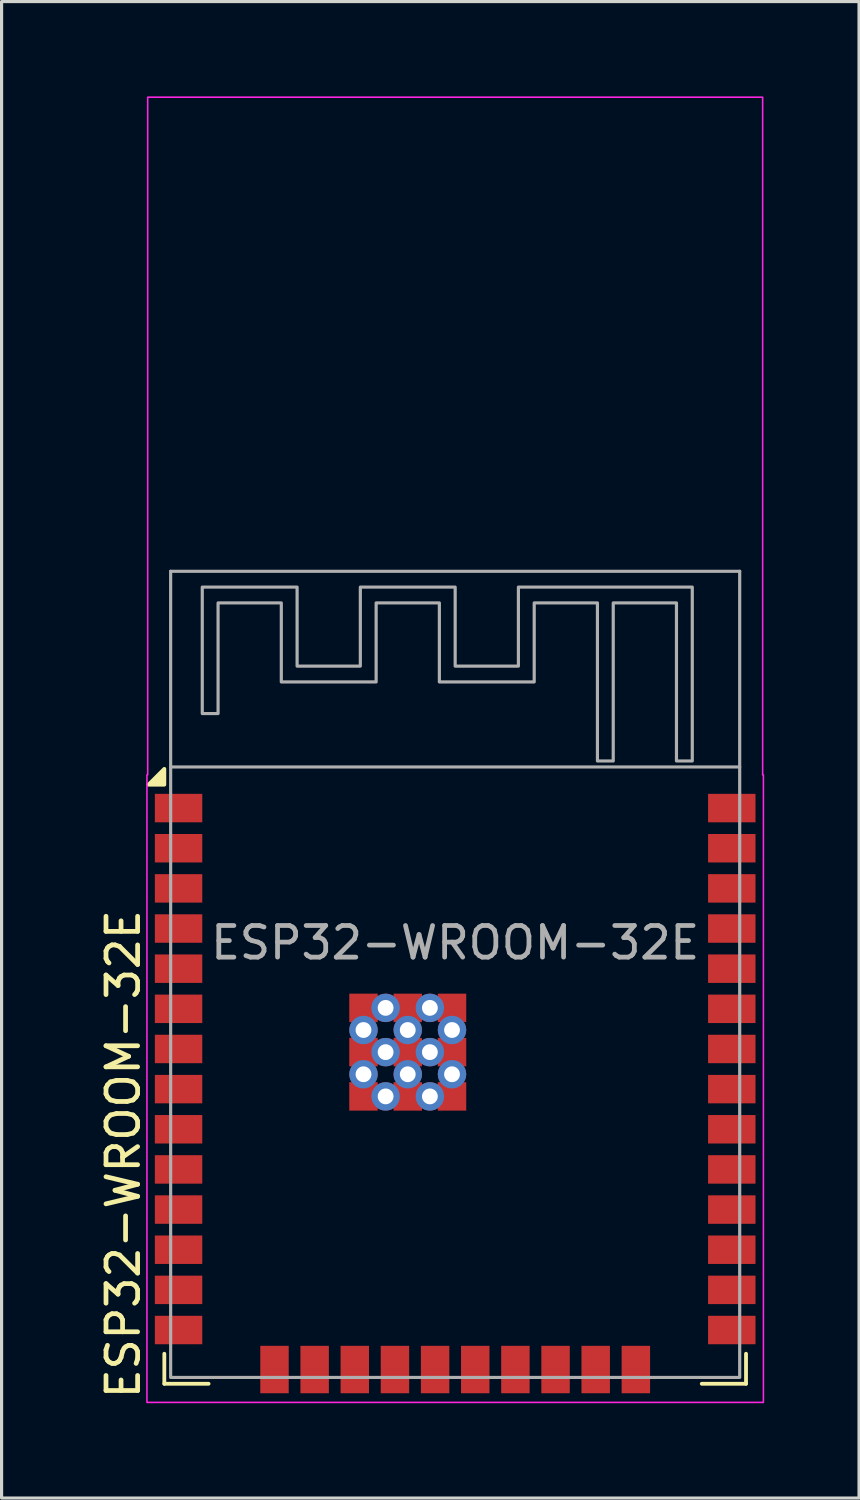
<source format=kicad_pcb>
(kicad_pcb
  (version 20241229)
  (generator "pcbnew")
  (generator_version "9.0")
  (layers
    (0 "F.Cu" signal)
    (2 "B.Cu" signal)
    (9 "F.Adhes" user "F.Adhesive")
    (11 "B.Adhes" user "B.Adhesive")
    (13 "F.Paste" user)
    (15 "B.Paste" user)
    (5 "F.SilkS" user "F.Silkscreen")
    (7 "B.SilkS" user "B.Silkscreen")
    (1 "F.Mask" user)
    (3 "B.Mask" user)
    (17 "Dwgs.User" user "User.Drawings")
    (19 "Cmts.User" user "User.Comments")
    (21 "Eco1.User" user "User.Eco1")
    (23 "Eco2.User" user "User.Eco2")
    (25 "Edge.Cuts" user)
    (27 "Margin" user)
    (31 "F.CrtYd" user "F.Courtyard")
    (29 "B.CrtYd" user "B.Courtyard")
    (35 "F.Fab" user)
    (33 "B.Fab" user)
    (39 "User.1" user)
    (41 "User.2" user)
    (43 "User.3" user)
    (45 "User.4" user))
  (footprint "ESP32-WROOM-32E"
    (layer "F.Cu")
    (at 11.348 27.771)
    (property "Reference" "ESP32-WROOM-32E" (at -10.5 13.5 90) (layer "F.SilkS") (effects (font (size 1 1) (thickness 0.15)) (justify left)))
    (attr smd)
    (fp_line (start -9.2 12.95) (end -9.2 12) (stroke (width 0.12) (type solid)) (layer "F.SilkS"))
    (fp_line (start -7.8 12.95) (end -9.2 12.95) (stroke (width 0.12) (type solid)) (layer "F.SilkS"))
    (fp_line (start 7.8 12.95) (end 9.2 12.95) (stroke (width 0.12) (type solid)) (layer "F.SilkS"))
    (fp_line (start 9.2 12.95) (end 9.2 12) (stroke (width 0.12) (type solid)) (layer "F.SilkS"))
    (fp_poly (pts (xy -9.2 -6) (xy -9.7 -6) (xy -9.2 -6.5) (xy -9.2 -6)) (stroke (width 0.12) (type solid)) (fill yes) (layer "F.SilkS"))
    (fp_poly (pts (xy -9.726 -27.746) (xy 9.726 -27.746) (xy 9.726 -6.31) (xy 9.75 -6.31) (xy 9.75 13.54) (xy -9.75 13.54) (xy -9.75 -6.31) (xy -9.726 -6.31)) (stroke (width 0.05) (type solid)) (fill no) (layer "F.CrtYd"))
    (fp_line (start -9 -12.75) (end 9 -12.75) (stroke (width 0.1) (type solid)) (layer "F.Fab"))
    (fp_line (start -9 -6.56) (end -9 -12.75) (stroke (width 0.1) (type solid)) (layer "F.Fab"))
    (fp_line (start 9 -12.75) (end 9 -6.56) (stroke (width 0.1) (type solid)) (layer "F.Fab"))
    (fp_rect (start -9 -6.56) (end 9 12.75) (stroke (width 0.1) (type solid)) (fill no) (layer "F.Fab"))
    (fp_poly (pts (xy -5 -9.75) (xy -3 -9.75) (xy -3 -12.25) (xy 0 -12.25) (xy 0 -9.75) (xy 2 -9.75) (xy 2 -12.25) (xy 7.5 -12.25) (xy 7.5 -6.75) (xy 7 -6.75) (xy 7 -11.75) (xy 5 -11.75) (xy 5 -6.75) (xy 4.5 -6.75) (xy 4.5 -11.75) (xy 2.5 -11.75) (xy 2.5 -9.25) (xy -0.5 -9.25) (xy -0.5 -11.75) (xy -2.5 -11.75) (xy -2.5 -9.25) (xy -5.5 -9.25) (xy -5.5 -11.75) (xy -7.5 -11.75) (xy -7.5 -8.25) (xy -8 -8.25) (xy -8 -12.25) (xy -5 -12.25)) (stroke (width 0.1) (type solid)) (fill no) (layer "F.Fab"))
    (fp_text user "${REFERENCE}" (at 0 -1 0) (layer "F.Fab") (effects (font (size 1 1) (thickness 0.15))))
    (pad "1" smd rect (at -8.75 -5.26) (size 1.5 0.9) (layers "F.Cu" "F.Mask" "F.Paste"))
    (pad "2" smd rect (at -8.75 -3.99) (size 1.5 0.9) (layers "F.Cu" "F.Mask" "F.Paste"))
    (pad "3" smd rect (at -8.75 -2.72) (size 1.5 0.9) (layers "F.Cu" "F.Mask" "F.Paste"))
    (pad "4" smd rect (at -8.75 -1.45) (size 1.5 0.9) (layers "F.Cu" "F.Mask" "F.Paste"))
    (pad "5" smd rect (at -8.75 -0.18) (size 1.5 0.9) (layers "F.Cu" "F.Mask" "F.Paste"))
    (pad "6" smd rect (at -8.75 1.09) (size 1.5 0.9) (layers "F.Cu" "F.Mask" "F.Paste"))
    (pad "7" smd rect (at -8.75 2.36) (size 1.5 0.9) (layers "F.Cu" "F.Mask" "F.Paste"))
    (pad "8" smd rect (at -8.75 3.63) (size 1.5 0.9) (layers "F.Cu" "F.Mask" "F.Paste"))
    (pad "9" smd rect (at -8.75 4.9) (size 1.5 0.9) (layers "F.Cu" "F.Mask" "F.Paste"))
    (pad "10" smd rect (at -8.75 6.17) (size 1.5 0.9) (layers "F.Cu" "F.Mask" "F.Paste"))
    (pad "11" smd rect (at -8.75 7.44) (size 1.5 0.9) (layers "F.Cu" "F.Mask" "F.Paste"))
    (pad "12" smd rect (at -8.75 8.71) (size 1.5 0.9) (layers "F.Cu" "F.Mask" "F.Paste"))
    (pad "13" smd rect (at -8.75 9.98) (size 1.5 0.9) (layers "F.Cu" "F.Mask" "F.Paste"))
    (pad "14" smd rect (at -8.75 11.25) (size 1.5 0.9) (layers "F.Cu" "F.Mask" "F.Paste"))
    (pad "15" smd rect (at -5.715 12.5 90) (size 1.5 0.9) (layers "F.Cu" "F.Mask" "F.Paste"))
    (pad "16" smd rect (at -4.445 12.5 90) (size 1.5 0.9) (layers "F.Cu" "F.Mask" "F.Paste"))
    (pad "17" smd rect (at -3.175 12.5 90) (size 1.5 0.9) (layers "F.Cu" "F.Mask" "F.Paste"))
    (pad "18" smd rect (at -1.905 12.5 90) (size 1.5 0.9) (layers "F.Cu" "F.Mask" "F.Paste"))
    (pad "19" smd rect (at -0.635 12.5 90) (size 1.5 0.9) (layers "F.Cu" "F.Mask" "F.Paste"))
    (pad "20" smd rect (at 0.635 12.5 90) (size 1.5 0.9) (layers "F.Cu" "F.Mask" "F.Paste"))
    (pad "21" smd rect (at 1.905 12.5 90) (size 1.5 0.9) (layers "F.Cu" "F.Mask" "F.Paste"))
    (pad "22" smd rect (at 3.175 12.5 90) (size 1.5 0.9) (layers "F.Cu" "F.Mask" "F.Paste"))
    (pad "23" smd rect (at 4.445 12.5 90) (size 1.5 0.9) (layers "F.Cu" "F.Mask" "F.Paste"))
    (pad "24" smd rect (at 5.715 12.5 90) (size 1.5 0.9) (layers "F.Cu" "F.Mask" "F.Paste"))
    (pad "25" smd rect (at 8.75 11.25) (size 1.5 0.9) (layers "F.Cu" "F.Mask" "F.Paste"))
    (pad "26" smd rect (at 8.75 9.98) (size 1.5 0.9) (layers "F.Cu" "F.Mask" "F.Paste"))
    (pad "27" smd rect (at 8.75 8.71) (size 1.5 0.9) (layers "F.Cu" "F.Mask" "F.Paste"))
    (pad "28" smd rect (at 8.75 7.44) (size 1.5 0.9) (layers "F.Cu" "F.Mask" "F.Paste"))
    (pad "29" smd rect (at 8.75 6.17) (size 1.5 0.9) (layers "F.Cu" "F.Mask" "F.Paste"))
    (pad "30" smd rect (at 8.75 4.9) (size 1.5 0.9) (layers "F.Cu" "F.Mask" "F.Paste"))
    (pad "31" smd rect (at 8.75 3.63) (size 1.5 0.9) (layers "F.Cu" "F.Mask" "F.Paste"))
    (pad "32" smd rect (at 8.75 2.36) (size 1.5 0.9) (layers "F.Cu" "F.Mask" "F.Paste"))
    (pad "33" smd rect (at 8.75 1.09) (size 1.5 0.9) (layers "F.Cu" "F.Mask" "F.Paste"))
    (pad "34" smd rect (at 8.75 -0.18) (size 1.5 0.9) (layers "F.Cu" "F.Mask" "F.Paste"))
    (pad "35" smd rect (at 8.75 -1.45) (size 1.5 0.9) (layers "F.Cu" "F.Mask" "F.Paste"))
    (pad "36" smd rect (at 8.75 -2.72) (size 1.5 0.9) (layers "F.Cu" "F.Mask" "F.Paste"))
    (pad "37" smd rect (at 8.75 -3.99) (size 1.5 0.9) (layers "F.Cu" "F.Mask" "F.Paste"))
    (pad "38" smd rect (at 8.75 -5.26) (size 1.5 0.9) (layers "F.Cu" "F.Mask" "F.Paste"))
    (pad "39" smd rect (at -2.9 1.06) (size 0.9 0.9) (property pad_prop_heatsink) (layers "F.Cu" "F.Mask" "F.Paste"))
    (pad "39" thru_hole circle (at -2.9 1.76) (size 0.9 0.9) (drill 0.5) (property pad_prop_heatsink) (layers "*.Cu" "*.Mask"))
    (pad "39" smd rect (at -2.9 2.46) (size 0.9 0.9) (property pad_prop_heatsink) (layers "F.Cu" "F.Mask" "F.Paste"))
    (pad "39" thru_hole circle (at -2.9 3.16) (size 0.9 0.9) (drill 0.5) (property pad_prop_heatsink) (layers "*.Cu" "*.Mask"))
    (pad "39" smd rect (at -2.9 3.86) (size 0.9 0.9) (property pad_prop_heatsink) (layers "F.Cu" "F.Mask" "F.Paste"))
    (pad "39" thru_hole circle (at -2.2 1.06) (size 0.9 0.9) (drill 0.5) (property pad_prop_heatsink) (layers "*.Cu" "*.Mask"))
    (pad "39" thru_hole circle (at -2.2 2.46) (size 0.9 0.9) (drill 0.5) (property pad_prop_heatsink) (layers "*.Cu" "*.Mask"))
    (pad "39" thru_hole circle (at -2.2 3.86) (size 0.9 0.9) (drill 0.5) (property pad_prop_heatsink) (layers "*.Cu" "*.Mask"))
    (pad "39" smd rect (at -1.5 1.06) (size 0.9 0.9) (property pad_prop_heatsink) (layers "F.Cu" "F.Mask" "F.Paste"))
    (pad "39" thru_hole circle (at -1.5 1.76) (size 0.9 0.9) (drill 0.5) (property pad_prop_heatsink) (layers "*.Cu" "*.Mask"))
    (pad "39" smd rect (at -1.5 2.46) (size 0.9 0.9) (property pad_prop_heatsink) (layers "F.Cu" "F.Mask" "F.Paste"))
    (pad "39" thru_hole circle (at -1.5 3.16) (size 0.9 0.9) (drill 0.5) (property pad_prop_heatsink) (layers "*.Cu" "*.Mask"))
    (pad "39" smd rect (at -1.5 3.86) (size 0.9 0.9) (property pad_prop_heatsink) (layers "F.Cu" "F.Mask" "F.Paste"))
    (pad "39" thru_hole circle (at -0.8 1.06) (size 0.9 0.9) (drill 0.5) (property pad_prop_heatsink) (layers "*.Cu" "*.Mask"))
    (pad "39" thru_hole circle (at -0.8 2.46) (size 0.9 0.9) (drill 0.5) (property pad_prop_heatsink) (layers "*.Cu" "*.Mask"))
    (pad "39" thru_hole circle (at -0.8 3.86) (size 0.9 0.9) (drill 0.5) (property pad_prop_heatsink) (layers "*.Cu" "*.Mask"))
    (pad "39" smd rect (at -0.1 1.06) (size 0.9 0.9) (property pad_prop_heatsink) (layers "F.Cu" "F.Mask" "F.Paste"))
    (pad "39" thru_hole circle (at -0.1 1.76) (size 0.9 0.9) (drill 0.5) (property pad_prop_heatsink) (layers "*.Cu" "*.Mask"))
    (pad "39" smd rect (at -0.1 2.46) (size 0.9 0.9) (property pad_prop_heatsink) (layers "F.Cu" "F.Mask" "F.Paste"))
    (pad "39" thru_hole circle (at -0.1 3.16) (size 0.9 0.9) (drill 0.5) (property pad_prop_heatsink) (layers "*.Cu" "*.Mask"))
    (pad "39" smd rect (at -0.1 3.86) (size 0.9 0.9) (property pad_prop_heatsink) (layers "F.Cu" "F.Mask" "F.Paste"))
    (zone (net_name "") (layers "F.Cu" "B.Cu") (hatch full 0.5) (connect_pads) (min_thickness 0.25) (filled_areas_thickness no) (keepout (tracks not_allowed) (vias not_allowed) (pads not_allowed) (copperpour not_allowed) (footprints not_allowed)) (placement (enabled no)) (fill) (polygon (pts (xy 1.602 15.007) (xy 21.094 15.007) (xy 21.094 21.211) (xy 1.602 21.211)))))
  (gr_rect
    (start -3 -3)
    (end 24.123 44.336)
    (stroke (width 0.1) (type default))
    (fill no)
    (layer "Edge.Cuts")))
</source>
